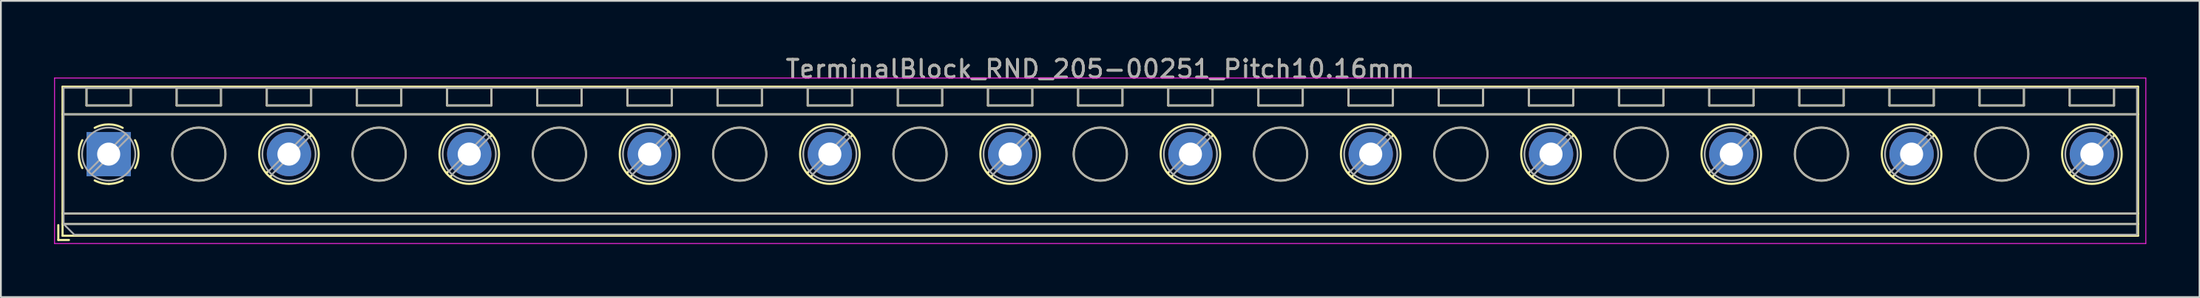
<source format=kicad_pcb>
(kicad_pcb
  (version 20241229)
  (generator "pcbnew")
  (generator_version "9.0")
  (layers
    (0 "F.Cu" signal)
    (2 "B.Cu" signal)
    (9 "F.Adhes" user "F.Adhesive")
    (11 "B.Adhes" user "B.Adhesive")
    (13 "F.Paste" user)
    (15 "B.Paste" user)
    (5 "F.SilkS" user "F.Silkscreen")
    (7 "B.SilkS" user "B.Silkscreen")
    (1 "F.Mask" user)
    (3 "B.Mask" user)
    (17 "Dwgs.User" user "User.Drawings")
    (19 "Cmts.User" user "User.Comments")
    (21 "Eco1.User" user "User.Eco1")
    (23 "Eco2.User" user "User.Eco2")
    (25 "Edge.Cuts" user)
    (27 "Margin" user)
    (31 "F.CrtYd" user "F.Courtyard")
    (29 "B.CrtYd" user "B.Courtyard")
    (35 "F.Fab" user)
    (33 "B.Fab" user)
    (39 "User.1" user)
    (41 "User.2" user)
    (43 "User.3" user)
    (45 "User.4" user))
  (footprint "TerminalBlock_RND_205-00251_Pitch10.16mm"
    (layer "F.Cu")
    (at 3.075 5.658)
    (property "Reference" "TerminalBlock_RND_205-00251_Pitch10.16mm" (at 55.88 -4.81 0) (layer "F.SilkS") (effects (font (size 1 1) (thickness 0.15))))
    (attr through_hole)
    (fp_line (start -2.84 4.01) (end -2.84 4.85) (stroke (width 0.12) (type solid)) (layer "F.SilkS"))
    (fp_line (start -2.84 4.85) (end -2.24 4.85) (stroke (width 0.12) (type solid)) (layer "F.SilkS"))
    (fp_line (start -2.6 -3.81) (end -2.6 4.61) (stroke (width 0.12) (type solid)) (layer "F.SilkS"))
    (fp_line (start -2.6 -2.25) (end 114.36 -2.25) (stroke (width 0.12) (type solid)) (layer "F.SilkS"))
    (fp_line (start -2.6 3.35) (end 114.36 3.35) (stroke (width 0.12) (type solid)) (layer "F.SilkS"))
    (fp_line (start -2.6 3.95) (end 114.36 3.95) (stroke (width 0.12) (type solid)) (layer "F.SilkS"))
    (fp_line (start -2.6 4.61) (end 114.36 4.61) (stroke (width 0.12) (type solid)) (layer "F.SilkS"))
    (fp_line (start -1.25 -3.751) (end -1.25 -2.751) (stroke (width 0.12) (type solid)) (layer "F.SilkS"))
    (fp_line (start -1.25 -3.751) (end 1.25 -3.751) (stroke (width 0.12) (type solid)) (layer "F.SilkS"))
    (fp_line (start -1.25 -2.751) (end 1.25 -2.751) (stroke (width 0.12) (type solid)) (layer "F.SilkS"))
    (fp_line (start 1.25 -3.751) (end 1.25 -2.751) (stroke (width 0.12) (type solid)) (layer "F.SilkS"))
    (fp_line (start 3.83 -3.751) (end 3.83 -2.751) (stroke (width 0.12) (type solid)) (layer "F.SilkS"))
    (fp_line (start 3.83 -3.751) (end 6.33 -3.751) (stroke (width 0.12) (type solid)) (layer "F.SilkS"))
    (fp_line (start 3.83 -2.751) (end 6.33 -2.751) (stroke (width 0.12) (type solid)) (layer "F.SilkS"))
    (fp_line (start 6.33 -3.751) (end 6.33 -2.751) (stroke (width 0.12) (type solid)) (layer "F.SilkS"))
    (fp_line (start 8.91 -3.751) (end 8.91 -2.751) (stroke (width 0.12) (type solid)) (layer "F.SilkS"))
    (fp_line (start 8.91 -3.751) (end 11.41 -3.751) (stroke (width 0.12) (type solid)) (layer "F.SilkS"))
    (fp_line (start 8.91 -2.751) (end 11.41 -2.751) (stroke (width 0.12) (type solid)) (layer "F.SilkS"))
    (fp_line (start 9.027 0.929) (end 8.886 1.069) (stroke (width 0.12) (type solid)) (layer "F.SilkS"))
    (fp_line (start 9.197 1.169) (end 9.091 1.274) (stroke (width 0.12) (type solid)) (layer "F.SilkS"))
    (fp_line (start 11.23 -1.275) (end 11.124 -1.169) (stroke (width 0.12) (type solid)) (layer "F.SilkS"))
    (fp_line (start 11.41 -3.751) (end 11.41 -2.751) (stroke (width 0.12) (type solid)) (layer "F.SilkS"))
    (fp_line (start 11.435 -1.069) (end 11.294 -0.929) (stroke (width 0.12) (type solid)) (layer "F.SilkS"))
    (fp_line (start 13.99 -3.751) (end 13.99 -2.751) (stroke (width 0.12) (type solid)) (layer "F.SilkS"))
    (fp_line (start 13.99 -3.751) (end 16.49 -3.751) (stroke (width 0.12) (type solid)) (layer "F.SilkS"))
    (fp_line (start 13.99 -2.751) (end 16.49 -2.751) (stroke (width 0.12) (type solid)) (layer "F.SilkS"))
    (fp_line (start 16.49 -3.751) (end 16.49 -2.751) (stroke (width 0.12) (type solid)) (layer "F.SilkS"))
    (fp_line (start 19.07 -3.751) (end 19.07 -2.751) (stroke (width 0.12) (type solid)) (layer "F.SilkS"))
    (fp_line (start 19.07 -3.751) (end 21.57 -3.751) (stroke (width 0.12) (type solid)) (layer "F.SilkS"))
    (fp_line (start 19.07 -2.751) (end 21.57 -2.751) (stroke (width 0.12) (type solid)) (layer "F.SilkS"))
    (fp_line (start 19.187 0.929) (end 19.046 1.069) (stroke (width 0.12) (type solid)) (layer "F.SilkS"))
    (fp_line (start 19.357 1.169) (end 19.251 1.274) (stroke (width 0.12) (type solid)) (layer "F.SilkS"))
    (fp_line (start 21.39 -1.275) (end 21.284 -1.169) (stroke (width 0.12) (type solid)) (layer "F.SilkS"))
    (fp_line (start 21.57 -3.751) (end 21.57 -2.751) (stroke (width 0.12) (type solid)) (layer "F.SilkS"))
    (fp_line (start 21.595 -1.069) (end 21.454 -0.929) (stroke (width 0.12) (type solid)) (layer "F.SilkS"))
    (fp_line (start 24.15 -3.751) (end 24.15 -2.751) (stroke (width 0.12) (type solid)) (layer "F.SilkS"))
    (fp_line (start 24.15 -3.751) (end 26.65 -3.751) (stroke (width 0.12) (type solid)) (layer "F.SilkS"))
    (fp_line (start 24.15 -2.751) (end 26.65 -2.751) (stroke (width 0.12) (type solid)) (layer "F.SilkS"))
    (fp_line (start 26.65 -3.751) (end 26.65 -2.751) (stroke (width 0.12) (type solid)) (layer "F.SilkS"))
    (fp_line (start 29.23 -3.751) (end 29.23 -2.751) (stroke (width 0.12) (type solid)) (layer "F.SilkS"))
    (fp_line (start 29.23 -3.751) (end 31.73 -3.751) (stroke (width 0.12) (type solid)) (layer "F.SilkS"))
    (fp_line (start 29.23 -2.751) (end 31.73 -2.751) (stroke (width 0.12) (type solid)) (layer "F.SilkS"))
    (fp_line (start 29.347 0.929) (end 29.206 1.069) (stroke (width 0.12) (type solid)) (layer "F.SilkS"))
    (fp_line (start 29.517 1.169) (end 29.411 1.274) (stroke (width 0.12) (type solid)) (layer "F.SilkS"))
    (fp_line (start 31.55 -1.275) (end 31.444 -1.169) (stroke (width 0.12) (type solid)) (layer "F.SilkS"))
    (fp_line (start 31.73 -3.751) (end 31.73 -2.751) (stroke (width 0.12) (type solid)) (layer "F.SilkS"))
    (fp_line (start 31.755 -1.069) (end 31.614 -0.929) (stroke (width 0.12) (type solid)) (layer "F.SilkS"))
    (fp_line (start 34.31 -3.751) (end 34.31 -2.751) (stroke (width 0.12) (type solid)) (layer "F.SilkS"))
    (fp_line (start 34.31 -3.751) (end 36.81 -3.751) (stroke (width 0.12) (type solid)) (layer "F.SilkS"))
    (fp_line (start 34.31 -2.751) (end 36.81 -2.751) (stroke (width 0.12) (type solid)) (layer "F.SilkS"))
    (fp_line (start 36.81 -3.751) (end 36.81 -2.751) (stroke (width 0.12) (type solid)) (layer "F.SilkS"))
    (fp_line (start 39.39 -3.751) (end 39.39 -2.751) (stroke (width 0.12) (type solid)) (layer "F.SilkS"))
    (fp_line (start 39.39 -3.751) (end 41.89 -3.751) (stroke (width 0.12) (type solid)) (layer "F.SilkS"))
    (fp_line (start 39.39 -2.751) (end 41.89 -2.751) (stroke (width 0.12) (type solid)) (layer "F.SilkS"))
    (fp_line (start 39.507 0.929) (end 39.366 1.069) (stroke (width 0.12) (type solid)) (layer "F.SilkS"))
    (fp_line (start 39.677 1.169) (end 39.571 1.274) (stroke (width 0.12) (type solid)) (layer "F.SilkS"))
    (fp_line (start 41.71 -1.275) (end 41.604 -1.169) (stroke (width 0.12) (type solid)) (layer "F.SilkS"))
    (fp_line (start 41.89 -3.751) (end 41.89 -2.751) (stroke (width 0.12) (type solid)) (layer "F.SilkS"))
    (fp_line (start 41.915 -1.069) (end 41.774 -0.929) (stroke (width 0.12) (type solid)) (layer "F.SilkS"))
    (fp_line (start 44.47 -3.751) (end 44.47 -2.751) (stroke (width 0.12) (type solid)) (layer "F.SilkS"))
    (fp_line (start 44.47 -3.751) (end 46.97 -3.751) (stroke (width 0.12) (type solid)) (layer "F.SilkS"))
    (fp_line (start 44.47 -2.751) (end 46.97 -2.751) (stroke (width 0.12) (type solid)) (layer "F.SilkS"))
    (fp_line (start 46.97 -3.751) (end 46.97 -2.751) (stroke (width 0.12) (type solid)) (layer "F.SilkS"))
    (fp_line (start 49.55 -3.751) (end 49.55 -2.751) (stroke (width 0.12) (type solid)) (layer "F.SilkS"))
    (fp_line (start 49.55 -3.751) (end 52.05 -3.751) (stroke (width 0.12) (type solid)) (layer "F.SilkS"))
    (fp_line (start 49.55 -2.751) (end 52.05 -2.751) (stroke (width 0.12) (type solid)) (layer "F.SilkS"))
    (fp_line (start 49.667 0.929) (end 49.526 1.069) (stroke (width 0.12) (type solid)) (layer "F.SilkS"))
    (fp_line (start 49.837 1.169) (end 49.731 1.274) (stroke (width 0.12) (type solid)) (layer "F.SilkS"))
    (fp_line (start 51.87 -1.275) (end 51.764 -1.169) (stroke (width 0.12) (type solid)) (layer "F.SilkS"))
    (fp_line (start 52.05 -3.751) (end 52.05 -2.751) (stroke (width 0.12) (type solid)) (layer "F.SilkS"))
    (fp_line (start 52.075 -1.069) (end 51.934 -0.929) (stroke (width 0.12) (type solid)) (layer "F.SilkS"))
    (fp_line (start 54.63 -3.751) (end 54.63 -2.751) (stroke (width 0.12) (type solid)) (layer "F.SilkS"))
    (fp_line (start 54.63 -3.751) (end 57.13 -3.751) (stroke (width 0.12) (type solid)) (layer "F.SilkS"))
    (fp_line (start 54.63 -2.751) (end 57.13 -2.751) (stroke (width 0.12) (type solid)) (layer "F.SilkS"))
    (fp_line (start 57.13 -3.751) (end 57.13 -2.751) (stroke (width 0.12) (type solid)) (layer "F.SilkS"))
    (fp_line (start 59.71 -3.751) (end 59.71 -2.751) (stroke (width 0.12) (type solid)) (layer "F.SilkS"))
    (fp_line (start 59.71 -3.751) (end 62.21 -3.751) (stroke (width 0.12) (type solid)) (layer "F.SilkS"))
    (fp_line (start 59.71 -2.751) (end 62.21 -2.751) (stroke (width 0.12) (type solid)) (layer "F.SilkS"))
    (fp_line (start 59.827 0.929) (end 59.686 1.069) (stroke (width 0.12) (type solid)) (layer "F.SilkS"))
    (fp_line (start 59.997 1.169) (end 59.891 1.274) (stroke (width 0.12) (type solid)) (layer "F.SilkS"))
    (fp_line (start 62.03 -1.275) (end 61.924 -1.169) (stroke (width 0.12) (type solid)) (layer "F.SilkS"))
    (fp_line (start 62.21 -3.751) (end 62.21 -2.751) (stroke (width 0.12) (type solid)) (layer "F.SilkS"))
    (fp_line (start 62.235 -1.069) (end 62.094 -0.929) (stroke (width 0.12) (type solid)) (layer "F.SilkS"))
    (fp_line (start 64.791 -3.751) (end 64.791 -2.751) (stroke (width 0.12) (type solid)) (layer "F.SilkS"))
    (fp_line (start 64.791 -3.751) (end 67.29 -3.751) (stroke (width 0.12) (type solid)) (layer "F.SilkS"))
    (fp_line (start 64.791 -2.751) (end 67.29 -2.751) (stroke (width 0.12) (type solid)) (layer "F.SilkS"))
    (fp_line (start 67.29 -3.751) (end 67.29 -2.751) (stroke (width 0.12) (type solid)) (layer "F.SilkS"))
    (fp_line (start 69.87 -3.751) (end 69.87 -2.751) (stroke (width 0.12) (type solid)) (layer "F.SilkS"))
    (fp_line (start 69.87 -3.751) (end 72.37 -3.751) (stroke (width 0.12) (type solid)) (layer "F.SilkS"))
    (fp_line (start 69.87 -2.751) (end 72.37 -2.751) (stroke (width 0.12) (type solid)) (layer "F.SilkS"))
    (fp_line (start 69.987 0.929) (end 69.846 1.069) (stroke (width 0.12) (type solid)) (layer "F.SilkS"))
    (fp_line (start 70.157 1.169) (end 70.051 1.274) (stroke (width 0.12) (type solid)) (layer "F.SilkS"))
    (fp_line (start 72.19 -1.275) (end 72.084 -1.169) (stroke (width 0.12) (type solid)) (layer "F.SilkS"))
    (fp_line (start 72.37 -3.751) (end 72.37 -2.751) (stroke (width 0.12) (type solid)) (layer "F.SilkS"))
    (fp_line (start 72.395 -1.069) (end 72.254 -0.929) (stroke (width 0.12) (type solid)) (layer "F.SilkS"))
    (fp_line (start 74.95 -3.751) (end 74.95 -2.751) (stroke (width 0.12) (type solid)) (layer "F.SilkS"))
    (fp_line (start 74.95 -3.751) (end 77.45 -3.751) (stroke (width 0.12) (type solid)) (layer "F.SilkS"))
    (fp_line (start 74.95 -2.751) (end 77.45 -2.751) (stroke (width 0.12) (type solid)) (layer "F.SilkS"))
    (fp_line (start 77.45 -3.751) (end 77.45 -2.751) (stroke (width 0.12) (type solid)) (layer "F.SilkS"))
    (fp_line (start 80.03 -3.751) (end 80.03 -2.751) (stroke (width 0.12) (type solid)) (layer "F.SilkS"))
    (fp_line (start 80.03 -3.751) (end 82.53 -3.751) (stroke (width 0.12) (type solid)) (layer "F.SilkS"))
    (fp_line (start 80.03 -2.751) (end 82.53 -2.751) (stroke (width 0.12) (type solid)) (layer "F.SilkS"))
    (fp_line (start 80.147 0.929) (end 80.006 1.069) (stroke (width 0.12) (type solid)) (layer "F.SilkS"))
    (fp_line (start 80.317 1.169) (end 80.211 1.274) (stroke (width 0.12) (type solid)) (layer "F.SilkS"))
    (fp_line (start 82.35 -1.275) (end 82.244 -1.169) (stroke (width 0.12) (type solid)) (layer "F.SilkS"))
    (fp_line (start 82.53 -3.751) (end 82.53 -2.751) (stroke (width 0.12) (type solid)) (layer "F.SilkS"))
    (fp_line (start 82.555 -1.069) (end 82.414 -0.929) (stroke (width 0.12) (type solid)) (layer "F.SilkS"))
    (fp_line (start 85.11 -3.751) (end 85.11 -2.751) (stroke (width 0.12) (type solid)) (layer "F.SilkS"))
    (fp_line (start 85.11 -3.751) (end 87.61 -3.751) (stroke (width 0.12) (type solid)) (layer "F.SilkS"))
    (fp_line (start 85.11 -2.751) (end 87.61 -2.751) (stroke (width 0.12) (type solid)) (layer "F.SilkS"))
    (fp_line (start 87.61 -3.751) (end 87.61 -2.751) (stroke (width 0.12) (type solid)) (layer "F.SilkS"))
    (fp_line (start 90.19 -3.751) (end 90.19 -2.751) (stroke (width 0.12) (type solid)) (layer "F.SilkS"))
    (fp_line (start 90.19 -3.751) (end 92.69 -3.751) (stroke (width 0.12) (type solid)) (layer "F.SilkS"))
    (fp_line (start 90.19 -2.751) (end 92.69 -2.751) (stroke (width 0.12) (type solid)) (layer "F.SilkS"))
    (fp_line (start 90.307 0.929) (end 90.166 1.069) (stroke (width 0.12) (type solid)) (layer "F.SilkS"))
    (fp_line (start 90.477 1.169) (end 90.371 1.274) (stroke (width 0.12) (type solid)) (layer "F.SilkS"))
    (fp_line (start 92.51 -1.275) (end 92.404 -1.169) (stroke (width 0.12) (type solid)) (layer "F.SilkS"))
    (fp_line (start 92.69 -3.751) (end 92.69 -2.751) (stroke (width 0.12) (type solid)) (layer "F.SilkS"))
    (fp_line (start 92.715 -1.069) (end 92.574 -0.929) (stroke (width 0.12) (type solid)) (layer "F.SilkS"))
    (fp_line (start 95.27 -3.751) (end 95.27 -2.751) (stroke (width 0.12) (type solid)) (layer "F.SilkS"))
    (fp_line (start 95.27 -3.751) (end 97.77 -3.751) (stroke (width 0.12) (type solid)) (layer "F.SilkS"))
    (fp_line (start 95.27 -2.751) (end 97.77 -2.751) (stroke (width 0.12) (type solid)) (layer "F.SilkS"))
    (fp_line (start 97.77 -3.751) (end 97.77 -2.751) (stroke (width 0.12) (type solid)) (layer "F.SilkS"))
    (fp_line (start 100.35 -3.751) (end 100.35 -2.751) (stroke (width 0.12) (type solid)) (layer "F.SilkS"))
    (fp_line (start 100.35 -3.751) (end 102.85 -3.751) (stroke (width 0.12) (type solid)) (layer "F.SilkS"))
    (fp_line (start 100.35 -2.751) (end 102.85 -2.751) (stroke (width 0.12) (type solid)) (layer "F.SilkS"))
    (fp_line (start 100.467 0.929) (end 100.326 1.069) (stroke (width 0.12) (type solid)) (layer "F.SilkS"))
    (fp_line (start 100.637 1.169) (end 100.531 1.274) (stroke (width 0.12) (type solid)) (layer "F.SilkS"))
    (fp_line (start 102.67 -1.275) (end 102.564 -1.169) (stroke (width 0.12) (type solid)) (layer "F.SilkS"))
    (fp_line (start 102.85 -3.751) (end 102.85 -2.751) (stroke (width 0.12) (type solid)) (layer "F.SilkS"))
    (fp_line (start 102.875 -1.069) (end 102.734 -0.929) (stroke (width 0.12) (type solid)) (layer "F.SilkS"))
    (fp_line (start 105.43 -3.751) (end 105.43 -2.751) (stroke (width 0.12) (type solid)) (layer "F.SilkS"))
    (fp_line (start 105.43 -3.751) (end 107.93 -3.751) (stroke (width 0.12) (type solid)) (layer "F.SilkS"))
    (fp_line (start 105.43 -2.751) (end 107.93 -2.751) (stroke (width 0.12) (type solid)) (layer "F.SilkS"))
    (fp_line (start 107.93 -3.751) (end 107.93 -2.751) (stroke (width 0.12) (type solid)) (layer "F.SilkS"))
    (fp_line (start 110.51 -3.751) (end 110.51 -2.751) (stroke (width 0.12) (type solid)) (layer "F.SilkS"))
    (fp_line (start 110.51 -3.751) (end 113.01 -3.751) (stroke (width 0.12) (type solid)) (layer "F.SilkS"))
    (fp_line (start 110.51 -2.751) (end 113.01 -2.751) (stroke (width 0.12) (type solid)) (layer "F.SilkS"))
    (fp_line (start 110.627 0.929) (end 110.486 1.069) (stroke (width 0.12) (type solid)) (layer "F.SilkS"))
    (fp_line (start 110.797 1.169) (end 110.691 1.274) (stroke (width 0.12) (type solid)) (layer "F.SilkS"))
    (fp_line (start 112.83 -1.275) (end 112.724 -1.169) (stroke (width 0.12) (type solid)) (layer "F.SilkS"))
    (fp_line (start 113.01 -3.751) (end 113.01 -2.751) (stroke (width 0.12) (type solid)) (layer "F.SilkS"))
    (fp_line (start 113.035 -1.069) (end 112.894 -0.929) (stroke (width 0.12) (type solid)) (layer "F.SilkS"))
    (fp_line (start 114.36 -3.81) (end -2.6 -3.81) (stroke (width 0.12) (type solid)) (layer "F.SilkS"))
    (fp_line (start 114.36 4.61) (end 114.36 -3.81) (stroke (width 0.12) (type solid)) (layer "F.SilkS"))
    (fp_arc (start -1.483953 0.789089) (mid -1.680708 0.00005) (end -1.484 -0.789) (stroke (width 0.12) (type solid)) (layer "F.SilkS"))
    (fp_arc (start -0.789089 -1.483953) (mid -0.00005 -1.680708) (end 0.789 -1.484) (stroke (width 0.12) (type solid)) (layer "F.SilkS"))
    (fp_arc (start 0.029383 1.68045) (mid -0.392304 1.634281) (end -0.789 1.484) (stroke (width 0.12) (type solid)) (layer "F.SilkS"))
    (fp_arc (start 0.788712 1.483352) (mid 0.406429 1.630097) (end 0 1.68) (stroke (width 0.12) (type solid)) (layer "F.SilkS"))
    (fp_arc (start 1.483953 -0.789089) (mid 1.680708 -0.00005) (end 1.484 0.789) (stroke (width 0.12) (type solid)) (layer "F.SilkS"))
    (fp_circle (center 5.08 0) (end 6.58 0) (stroke (width 0.12) (type solid)) (fill no) (layer "F.SilkS"))
    (fp_circle (center 10.16 0) (end 11.84 0) (stroke (width 0.12) (type solid)) (fill no) (layer "F.SilkS"))
    (fp_circle (center 15.24 0) (end 16.74 0) (stroke (width 0.12) (type solid)) (fill no) (layer "F.SilkS"))
    (fp_circle (center 20.32 0) (end 22 0) (stroke (width 0.12) (type solid)) (fill no) (layer "F.SilkS"))
    (fp_circle (center 25.4 0) (end 26.9 0) (stroke (width 0.12) (type solid)) (fill no) (layer "F.SilkS"))
    (fp_circle (center 30.48 0) (end 32.16 0) (stroke (width 0.12) (type solid)) (fill no) (layer "F.SilkS"))
    (fp_circle (center 35.56 0) (end 37.06 0) (stroke (width 0.12) (type solid)) (fill no) (layer "F.SilkS"))
    (fp_circle (center 40.64 0) (end 42.32 0) (stroke (width 0.12) (type solid)) (fill no) (layer "F.SilkS"))
    (fp_circle (center 45.72 0) (end 47.22 0) (stroke (width 0.12) (type solid)) (fill no) (layer "F.SilkS"))
    (fp_circle (center 50.8 0) (end 52.48 0) (stroke (width 0.12) (type solid)) (fill no) (layer "F.SilkS"))
    (fp_circle (center 55.88 0) (end 57.38 0) (stroke (width 0.12) (type solid)) (fill no) (layer "F.SilkS"))
    (fp_circle (center 60.96 0) (end 62.64 0) (stroke (width 0.12) (type solid)) (fill no) (layer "F.SilkS"))
    (fp_circle (center 66.04 0) (end 67.54 0) (stroke (width 0.12) (type solid)) (fill no) (layer "F.SilkS"))
    (fp_circle (center 71.12 0) (end 72.8 0) (stroke (width 0.12) (type solid)) (fill no) (layer "F.SilkS"))
    (fp_circle (center 76.2 0) (end 77.7 0) (stroke (width 0.12) (type solid)) (fill no) (layer "F.SilkS"))
    (fp_circle (center 81.28 0) (end 82.96 0) (stroke (width 0.12) (type solid)) (fill no) (layer "F.SilkS"))
    (fp_circle (center 86.36 0) (end 87.86 0) (stroke (width 0.12) (type solid)) (fill no) (layer "F.SilkS"))
    (fp_circle (center 91.44 0) (end 93.12 0) (stroke (width 0.12) (type solid)) (fill no) (layer "F.SilkS"))
    (fp_circle (center 96.52 0) (end 98.02 0) (stroke (width 0.12) (type solid)) (fill no) (layer "F.SilkS"))
    (fp_circle (center 101.6 0) (end 103.28 0) (stroke (width 0.12) (type solid)) (fill no) (layer "F.SilkS"))
    (fp_circle (center 106.68 0) (end 108.18 0) (stroke (width 0.12) (type solid)) (fill no) (layer "F.SilkS"))
    (fp_circle (center 111.76 0) (end 113.44 0) (stroke (width 0.12) (type solid)) (fill no) (layer "F.SilkS"))
    (fp_line (start -3.05 -4.3) (end -3.05 5.05) (stroke (width 0.05) (type solid)) (layer "F.CrtYd"))
    (fp_line (start -3.05 5.05) (end 114.8 5.05) (stroke (width 0.05) (type solid)) (layer "F.CrtYd"))
    (fp_line (start 114.8 -4.3) (end -3.05 -4.3) (stroke (width 0.05) (type solid)) (layer "F.CrtYd"))
    (fp_line (start 114.8 5.05) (end 114.8 -4.3) (stroke (width 0.05) (type solid)) (layer "F.CrtYd"))
    (fp_line (start -2.54 -3.75) (end 114.3 -3.75) (stroke (width 0.1) (type solid)) (layer "F.Fab"))
    (fp_line (start -2.54 -2.25) (end 114.3 -2.25) (stroke (width 0.1) (type solid)) (layer "F.Fab"))
    (fp_line (start -2.54 3.35) (end 114.3 3.35) (stroke (width 0.1) (type solid)) (layer "F.Fab"))
    (fp_line (start -2.54 3.95) (end -2.54 -3.75) (stroke (width 0.1) (type solid)) (layer "F.Fab"))
    (fp_line (start -2.54 3.95) (end 114.3 3.95) (stroke (width 0.1) (type solid)) (layer "F.Fab"))
    (fp_line (start -1.94 4.55) (end -2.54 3.95) (stroke (width 0.1) (type solid)) (layer "F.Fab"))
    (fp_line (start -1.25 -3.75) (end -1.25 -2.75) (stroke (width 0.1) (type solid)) (layer "F.Fab"))
    (fp_line (start -1.25 -2.75) (end 1.25 -2.75) (stroke (width 0.1) (type solid)) (layer "F.Fab"))
    (fp_line (start 0.955 -1.138) (end -1.138 0.955) (stroke (width 0.1) (type solid)) (layer "F.Fab"))
    (fp_line (start 1.138 -0.955) (end -0.955 1.138) (stroke (width 0.1) (type solid)) (layer "F.Fab"))
    (fp_line (start 1.25 -3.75) (end -1.25 -3.75) (stroke (width 0.1) (type solid)) (layer "F.Fab"))
    (fp_line (start 1.25 -2.75) (end 1.25 -3.75) (stroke (width 0.1) (type solid)) (layer "F.Fab"))
    (fp_line (start 3.83 -3.75) (end 3.83 -2.75) (stroke (width 0.1) (type solid)) (layer "F.Fab"))
    (fp_line (start 3.83 -2.75) (end 6.33 -2.75) (stroke (width 0.1) (type solid)) (layer "F.Fab"))
    (fp_line (start 6.33 -3.75) (end 3.83 -3.75) (stroke (width 0.1) (type solid)) (layer "F.Fab"))
    (fp_line (start 6.33 -2.75) (end 6.33 -3.75) (stroke (width 0.1) (type solid)) (layer "F.Fab"))
    (fp_line (start 8.91 -3.75) (end 8.91 -2.75) (stroke (width 0.1) (type solid)) (layer "F.Fab"))
    (fp_line (start 8.91 -2.75) (end 11.41 -2.75) (stroke (width 0.1) (type solid)) (layer "F.Fab"))
    (fp_line (start 11.115 -1.138) (end 9.023 0.955) (stroke (width 0.1) (type solid)) (layer "F.Fab"))
    (fp_line (start 11.298 -0.955) (end 9.206 1.138) (stroke (width 0.1) (type solid)) (layer "F.Fab"))
    (fp_line (start 11.41 -3.75) (end 8.91 -3.75) (stroke (width 0.1) (type solid)) (layer "F.Fab"))
    (fp_line (start 11.41 -2.75) (end 11.41 -3.75) (stroke (width 0.1) (type solid)) (layer "F.Fab"))
    (fp_line (start 13.99 -3.75) (end 13.99 -2.75) (stroke (width 0.1) (type solid)) (layer "F.Fab"))
    (fp_line (start 13.99 -2.75) (end 16.49 -2.75) (stroke (width 0.1) (type solid)) (layer "F.Fab"))
    (fp_line (start 16.49 -3.75) (end 13.99 -3.75) (stroke (width 0.1) (type solid)) (layer "F.Fab"))
    (fp_line (start 16.49 -2.75) (end 16.49 -3.75) (stroke (width 0.1) (type solid)) (layer "F.Fab"))
    (fp_line (start 19.07 -3.75) (end 19.07 -2.75) (stroke (width 0.1) (type solid)) (layer "F.Fab"))
    (fp_line (start 19.07 -2.75) (end 21.57 -2.75) (stroke (width 0.1) (type solid)) (layer "F.Fab"))
    (fp_line (start 21.275 -1.138) (end 19.183 0.955) (stroke (width 0.1) (type solid)) (layer "F.Fab"))
    (fp_line (start 21.458 -0.955) (end 19.366 1.138) (stroke (width 0.1) (type solid)) (layer "F.Fab"))
    (fp_line (start 21.57 -3.75) (end 19.07 -3.75) (stroke (width 0.1) (type solid)) (layer "F.Fab"))
    (fp_line (start 21.57 -2.75) (end 21.57 -3.75) (stroke (width 0.1) (type solid)) (layer "F.Fab"))
    (fp_line (start 24.15 -3.75) (end 24.15 -2.75) (stroke (width 0.1) (type solid)) (layer "F.Fab"))
    (fp_line (start 24.15 -2.75) (end 26.65 -2.75) (stroke (width 0.1) (type solid)) (layer "F.Fab"))
    (fp_line (start 26.65 -3.75) (end 24.15 -3.75) (stroke (width 0.1) (type solid)) (layer "F.Fab"))
    (fp_line (start 26.65 -2.75) (end 26.65 -3.75) (stroke (width 0.1) (type solid)) (layer "F.Fab"))
    (fp_line (start 29.23 -3.75) (end 29.23 -2.75) (stroke (width 0.1) (type solid)) (layer "F.Fab"))
    (fp_line (start 29.23 -2.75) (end 31.73 -2.75) (stroke (width 0.1) (type solid)) (layer "F.Fab"))
    (fp_line (start 31.435 -1.138) (end 29.343 0.955) (stroke (width 0.1) (type solid)) (layer "F.Fab"))
    (fp_line (start 31.618 -0.955) (end 29.526 1.138) (stroke (width 0.1) (type solid)) (layer "F.Fab"))
    (fp_line (start 31.73 -3.75) (end 29.23 -3.75) (stroke (width 0.1) (type solid)) (layer "F.Fab"))
    (fp_line (start 31.73 -2.75) (end 31.73 -3.75) (stroke (width 0.1) (type solid)) (layer "F.Fab"))
    (fp_line (start 34.31 -3.75) (end 34.31 -2.75) (stroke (width 0.1) (type solid)) (layer "F.Fab"))
    (fp_line (start 34.31 -2.75) (end 36.81 -2.75) (stroke (width 0.1) (type solid)) (layer "F.Fab"))
    (fp_line (start 36.81 -3.75) (end 34.31 -3.75) (stroke (width 0.1) (type solid)) (layer "F.Fab"))
    (fp_line (start 36.81 -2.75) (end 36.81 -3.75) (stroke (width 0.1) (type solid)) (layer "F.Fab"))
    (fp_line (start 39.39 -3.75) (end 39.39 -2.75) (stroke (width 0.1) (type solid)) (layer "F.Fab"))
    (fp_line (start 39.39 -2.75) (end 41.89 -2.75) (stroke (width 0.1) (type solid)) (layer "F.Fab"))
    (fp_line (start 41.595 -1.138) (end 39.503 0.955) (stroke (width 0.1) (type solid)) (layer "F.Fab"))
    (fp_line (start 41.778 -0.955) (end 39.686 1.138) (stroke (width 0.1) (type solid)) (layer "F.Fab"))
    (fp_line (start 41.89 -3.75) (end 39.39 -3.75) (stroke (width 0.1) (type solid)) (layer "F.Fab"))
    (fp_line (start 41.89 -2.75) (end 41.89 -3.75) (stroke (width 0.1) (type solid)) (layer "F.Fab"))
    (fp_line (start 44.47 -3.75) (end 44.47 -2.75) (stroke (width 0.1) (type solid)) (layer "F.Fab"))
    (fp_line (start 44.47 -2.75) (end 46.97 -2.75) (stroke (width 0.1) (type solid)) (layer "F.Fab"))
    (fp_line (start 46.97 -3.75) (end 44.47 -3.75) (stroke (width 0.1) (type solid)) (layer "F.Fab"))
    (fp_line (start 46.97 -2.75) (end 46.97 -3.75) (stroke (width 0.1) (type solid)) (layer "F.Fab"))
    (fp_line (start 49.55 -3.75) (end 49.55 -2.75) (stroke (width 0.1) (type solid)) (layer "F.Fab"))
    (fp_line (start 49.55 -2.75) (end 52.05 -2.75) (stroke (width 0.1) (type solid)) (layer "F.Fab"))
    (fp_line (start 51.755 -1.138) (end 49.663 0.955) (stroke (width 0.1) (type solid)) (layer "F.Fab"))
    (fp_line (start 51.938 -0.955) (end 49.846 1.138) (stroke (width 0.1) (type solid)) (layer "F.Fab"))
    (fp_line (start 52.05 -3.75) (end 49.55 -3.75) (stroke (width 0.1) (type solid)) (layer "F.Fab"))
    (fp_line (start 52.05 -2.75) (end 52.05 -3.75) (stroke (width 0.1) (type solid)) (layer "F.Fab"))
    (fp_line (start 54.63 -3.75) (end 54.63 -2.75) (stroke (width 0.1) (type solid)) (layer "F.Fab"))
    (fp_line (start 54.63 -2.75) (end 57.13 -2.75) (stroke (width 0.1) (type solid)) (layer "F.Fab"))
    (fp_line (start 57.13 -3.75) (end 54.63 -3.75) (stroke (width 0.1) (type solid)) (layer "F.Fab"))
    (fp_line (start 57.13 -2.75) (end 57.13 -3.75) (stroke (width 0.1) (type solid)) (layer "F.Fab"))
    (fp_line (start 59.71 -3.75) (end 59.71 -2.75) (stroke (width 0.1) (type solid)) (layer "F.Fab"))
    (fp_line (start 59.71 -2.75) (end 62.21 -2.75) (stroke (width 0.1) (type solid)) (layer "F.Fab"))
    (fp_line (start 61.915 -1.138) (end 59.823 0.955) (stroke (width 0.1) (type solid)) (layer "F.Fab"))
    (fp_line (start 62.098 -0.955) (end 60.006 1.138) (stroke (width 0.1) (type solid)) (layer "F.Fab"))
    (fp_line (start 62.21 -3.75) (end 59.71 -3.75) (stroke (width 0.1) (type solid)) (layer "F.Fab"))
    (fp_line (start 62.21 -2.75) (end 62.21 -3.75) (stroke (width 0.1) (type solid)) (layer "F.Fab"))
    (fp_line (start 64.79 -3.75) (end 64.79 -2.75) (stroke (width 0.1) (type solid)) (layer "F.Fab"))
    (fp_line (start 64.79 -2.75) (end 67.29 -2.75) (stroke (width 0.1) (type solid)) (layer "F.Fab"))
    (fp_line (start 67.29 -3.75) (end 64.79 -3.75) (stroke (width 0.1) (type solid)) (layer "F.Fab"))
    (fp_line (start 67.29 -2.75) (end 67.29 -3.75) (stroke (width 0.1) (type solid)) (layer "F.Fab"))
    (fp_line (start 69.87 -3.75) (end 69.87 -2.75) (stroke (width 0.1) (type solid)) (layer "F.Fab"))
    (fp_line (start 69.87 -2.75) (end 72.37 -2.75) (stroke (width 0.1) (type solid)) (layer "F.Fab"))
    (fp_line (start 72.075 -1.138) (end 69.983 0.955) (stroke (width 0.1) (type solid)) (layer "F.Fab"))
    (fp_line (start 72.258 -0.955) (end 70.166 1.138) (stroke (width 0.1) (type solid)) (layer "F.Fab"))
    (fp_line (start 72.37 -3.75) (end 69.87 -3.75) (stroke (width 0.1) (type solid)) (layer "F.Fab"))
    (fp_line (start 72.37 -2.75) (end 72.37 -3.75) (stroke (width 0.1) (type solid)) (layer "F.Fab"))
    (fp_line (start 74.95 -3.75) (end 74.95 -2.75) (stroke (width 0.1) (type solid)) (layer "F.Fab"))
    (fp_line (start 74.95 -2.75) (end 77.45 -2.75) (stroke (width 0.1) (type solid)) (layer "F.Fab"))
    (fp_line (start 77.45 -3.75) (end 74.95 -3.75) (stroke (width 0.1) (type solid)) (layer "F.Fab"))
    (fp_line (start 77.45 -2.75) (end 77.45 -3.75) (stroke (width 0.1) (type solid)) (layer "F.Fab"))
    (fp_line (start 80.03 -3.75) (end 80.03 -2.75) (stroke (width 0.1) (type solid)) (layer "F.Fab"))
    (fp_line (start 80.03 -2.75) (end 82.53 -2.75) (stroke (width 0.1) (type solid)) (layer "F.Fab"))
    (fp_line (start 82.235 -1.138) (end 80.143 0.955) (stroke (width 0.1) (type solid)) (layer "F.Fab"))
    (fp_line (start 82.418 -0.955) (end 80.326 1.138) (stroke (width 0.1) (type solid)) (layer "F.Fab"))
    (fp_line (start 82.53 -3.75) (end 80.03 -3.75) (stroke (width 0.1) (type solid)) (layer "F.Fab"))
    (fp_line (start 82.53 -2.75) (end 82.53 -3.75) (stroke (width 0.1) (type solid)) (layer "F.Fab"))
    (fp_line (start 85.11 -3.75) (end 85.11 -2.75) (stroke (width 0.1) (type solid)) (layer "F.Fab"))
    (fp_line (start 85.11 -2.75) (end 87.61 -2.75) (stroke (width 0.1) (type solid)) (layer "F.Fab"))
    (fp_line (start 87.61 -3.75) (end 85.11 -3.75) (stroke (width 0.1) (type solid)) (layer "F.Fab"))
    (fp_line (start 87.61 -2.75) (end 87.61 -3.75) (stroke (width 0.1) (type solid)) (layer "F.Fab"))
    (fp_line (start 90.19 -3.75) (end 90.19 -2.75) (stroke (width 0.1) (type solid)) (layer "F.Fab"))
    (fp_line (start 90.19 -2.75) (end 92.69 -2.75) (stroke (width 0.1) (type solid)) (layer "F.Fab"))
    (fp_line (start 92.395 -1.138) (end 90.303 0.955) (stroke (width 0.1) (type solid)) (layer "F.Fab"))
    (fp_line (start 92.578 -0.955) (end 90.486 1.138) (stroke (width 0.1) (type solid)) (layer "F.Fab"))
    (fp_line (start 92.69 -3.75) (end 90.19 -3.75) (stroke (width 0.1) (type solid)) (layer "F.Fab"))
    (fp_line (start 92.69 -2.75) (end 92.69 -3.75) (stroke (width 0.1) (type solid)) (layer "F.Fab"))
    (fp_line (start 95.27 -3.75) (end 95.27 -2.75) (stroke (width 0.1) (type solid)) (layer "F.Fab"))
    (fp_line (start 95.27 -2.75) (end 97.77 -2.75) (stroke (width 0.1) (type solid)) (layer "F.Fab"))
    (fp_line (start 97.77 -3.75) (end 95.27 -3.75) (stroke (width 0.1) (type solid)) (layer "F.Fab"))
    (fp_line (start 97.77 -2.75) (end 97.77 -3.75) (stroke (width 0.1) (type solid)) (layer "F.Fab"))
    (fp_line (start 100.35 -3.75) (end 100.35 -2.75) (stroke (width 0.1) (type solid)) (layer "F.Fab"))
    (fp_line (start 100.35 -2.75) (end 102.85 -2.75) (stroke (width 0.1) (type solid)) (layer "F.Fab"))
    (fp_line (start 102.555 -1.138) (end 100.463 0.955) (stroke (width 0.1) (type solid)) (layer "F.Fab"))
    (fp_line (start 102.738 -0.955) (end 100.646 1.138) (stroke (width 0.1) (type solid)) (layer "F.Fab"))
    (fp_line (start 102.85 -3.75) (end 100.35 -3.75) (stroke (width 0.1) (type solid)) (layer "F.Fab"))
    (fp_line (start 102.85 -2.75) (end 102.85 -3.75) (stroke (width 0.1) (type solid)) (layer "F.Fab"))
    (fp_line (start 105.43 -3.75) (end 105.43 -2.75) (stroke (width 0.1) (type solid)) (layer "F.Fab"))
    (fp_line (start 105.43 -2.75) (end 107.93 -2.75) (stroke (width 0.1) (type solid)) (layer "F.Fab"))
    (fp_line (start 107.93 -3.75) (end 105.43 -3.75) (stroke (width 0.1) (type solid)) (layer "F.Fab"))
    (fp_line (start 107.93 -2.75) (end 107.93 -3.75) (stroke (width 0.1) (type solid)) (layer "F.Fab"))
    (fp_line (start 110.51 -3.75) (end 110.51 -2.75) (stroke (width 0.1) (type solid)) (layer "F.Fab"))
    (fp_line (start 110.51 -2.75) (end 113.01 -2.75) (stroke (width 0.1) (type solid)) (layer "F.Fab"))
    (fp_line (start 112.715 -1.138) (end 110.623 0.955) (stroke (width 0.1) (type solid)) (layer "F.Fab"))
    (fp_line (start 112.898 -0.955) (end 110.806 1.138) (stroke (width 0.1) (type solid)) (layer "F.Fab"))
    (fp_line (start 113.01 -3.75) (end 110.51 -3.75) (stroke (width 0.1) (type solid)) (layer "F.Fab"))
    (fp_line (start 113.01 -2.75) (end 113.01 -3.75) (stroke (width 0.1) (type solid)) (layer "F.Fab"))
    (fp_line (start 114.3 -3.75) (end 114.3 4.55) (stroke (width 0.1) (type solid)) (layer "F.Fab"))
    (fp_line (start 114.3 4.55) (end -1.94 4.55) (stroke (width 0.1) (type solid)) (layer "F.Fab"))
    (fp_circle (center 0 0) (end 1.5 0) (stroke (width 0.1) (type solid)) (fill no) (layer "F.Fab"))
    (fp_circle (center 5.08 0) (end 6.58 0) (stroke (width 0.1) (type solid)) (fill no) (layer "F.Fab"))
    (fp_circle (center 10.16 0) (end 11.66 0) (stroke (width 0.1) (type solid)) (fill no) (layer "F.Fab"))
    (fp_circle (center 15.24 0) (end 16.74 0) (stroke (width 0.1) (type solid)) (fill no) (layer "F.Fab"))
    (fp_circle (center 20.32 0) (end 21.82 0) (stroke (width 0.1) (type solid)) (fill no) (layer "F.Fab"))
    (fp_circle (center 25.4 0) (end 26.9 0) (stroke (width 0.1) (type solid)) (fill no) (layer "F.Fab"))
    (fp_circle (center 30.48 0) (end 31.98 0) (stroke (width 0.1) (type solid)) (fill no) (layer "F.Fab"))
    (fp_circle (center 35.56 0) (end 37.06 0) (stroke (width 0.1) (type solid)) (fill no) (layer "F.Fab"))
    (fp_circle (center 40.64 0) (end 42.14 0) (stroke (width 0.1) (type solid)) (fill no) (layer "F.Fab"))
    (fp_circle (center 45.72 0) (end 47.22 0) (stroke (width 0.1) (type solid)) (fill no) (layer "F.Fab"))
    (fp_circle (center 50.8 0) (end 52.3 0) (stroke (width 0.1) (type solid)) (fill no) (layer "F.Fab"))
    (fp_circle (center 55.88 0) (end 57.38 0) (stroke (width 0.1) (type solid)) (fill no) (layer "F.Fab"))
    (fp_circle (center 60.96 0) (end 62.46 0) (stroke (width 0.1) (type solid)) (fill no) (layer "F.Fab"))
    (fp_circle (center 66.04 0) (end 67.54 0) (stroke (width 0.1) (type solid)) (fill no) (layer "F.Fab"))
    (fp_circle (center 71.12 0) (end 72.62 0) (stroke (width 0.1) (type solid)) (fill no) (layer "F.Fab"))
    (fp_circle (center 76.2 0) (end 77.7 0) (stroke (width 0.1) (type solid)) (fill no) (layer "F.Fab"))
    (fp_circle (center 81.28 0) (end 82.78 0) (stroke (width 0.1) (type solid)) (fill no) (layer "F.Fab"))
    (fp_circle (center 86.36 0) (end 87.86 0) (stroke (width 0.1) (type solid)) (fill no) (layer "F.Fab"))
    (fp_circle (center 91.44 0) (end 92.94 0) (stroke (width 0.1) (type solid)) (fill no) (layer "F.Fab"))
    (fp_circle (center 96.52 0) (end 98.02 0) (stroke (width 0.1) (type solid)) (fill no) (layer "F.Fab"))
    (fp_circle (center 101.6 0) (end 103.1 0) (stroke (width 0.1) (type solid)) (fill no) (layer "F.Fab"))
    (fp_circle (center 106.68 0) (end 108.18 0) (stroke (width 0.1) (type solid)) (fill no) (layer "F.Fab"))
    (fp_circle (center 111.76 0) (end 113.26 0) (stroke (width 0.1) (type solid)) (fill no) (layer "F.Fab"))
    (fp_text user "${REFERENCE}" (at 55.88 -4.81 0) (layer "F.Fab") (effects (font (size 1 1) (thickness 0.15))))
    (pad "1" thru_hole rect (at 0 0) (size 2.5 2.5) (drill 1.3) (layers "*.Cu" "*.Mask"))
    (pad "2" thru_hole oval (at 10.16 0) (size 2.5 2.5) (drill 1.3) (layers "*.Cu" "*.Mask"))
    (pad "3" thru_hole oval (at 20.32 0) (size 2.5 2.5) (drill 1.3) (layers "*.Cu" "*.Mask"))
    (pad "4" thru_hole oval (at 30.48 0) (size 2.5 2.5) (drill 1.3) (layers "*.Cu" "*.Mask"))
    (pad "5" thru_hole oval (at 40.64 0) (size 2.5 2.5) (drill 1.3) (layers "*.Cu" "*.Mask"))
    (pad "6" thru_hole oval (at 50.8 0) (size 2.5 2.5) (drill 1.3) (layers "*.Cu" "*.Mask"))
    (pad "7" thru_hole oval (at 60.96 0) (size 2.5 2.5) (drill 1.3) (layers "*.Cu" "*.Mask"))
    (pad "8" thru_hole oval (at 71.12 0) (size 2.5 2.5) (drill 1.3) (layers "*.Cu" "*.Mask"))
    (pad "9" thru_hole oval (at 81.28 0) (size 2.5 2.5) (drill 1.3) (layers "*.Cu" "*.Mask"))
    (pad "10" thru_hole oval (at 91.44 0) (size 2.5 2.5) (drill 1.3) (layers "*.Cu" "*.Mask"))
    (pad "11" thru_hole oval (at 101.6 0) (size 2.5 2.5) (drill 1.3) (layers "*.Cu" "*.Mask"))
    (pad "12" thru_hole oval (at 111.76 0) (size 2.5 2.5) (drill 1.3) (layers "*.Cu" "*.Mask")))
  (gr_rect
    (start -3 -3)
    (end 120.9 13.733)
    (stroke (width 0.1) (type default))
    (fill no)
    (layer "Edge.Cuts")))
</source>
